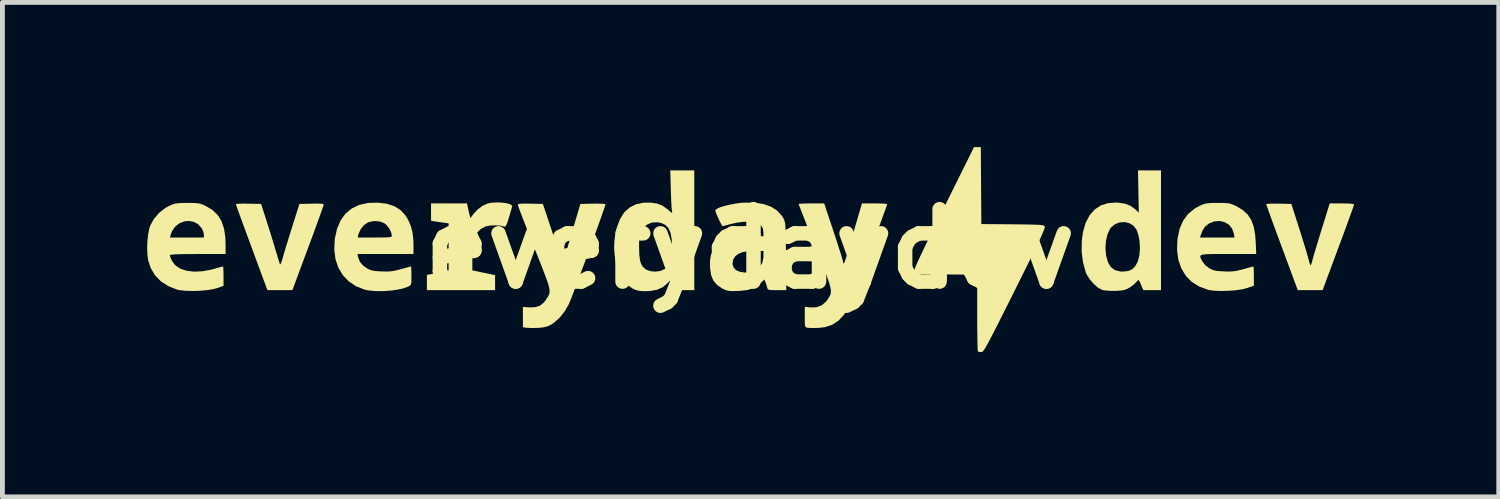
<source format=kicad_pcb>
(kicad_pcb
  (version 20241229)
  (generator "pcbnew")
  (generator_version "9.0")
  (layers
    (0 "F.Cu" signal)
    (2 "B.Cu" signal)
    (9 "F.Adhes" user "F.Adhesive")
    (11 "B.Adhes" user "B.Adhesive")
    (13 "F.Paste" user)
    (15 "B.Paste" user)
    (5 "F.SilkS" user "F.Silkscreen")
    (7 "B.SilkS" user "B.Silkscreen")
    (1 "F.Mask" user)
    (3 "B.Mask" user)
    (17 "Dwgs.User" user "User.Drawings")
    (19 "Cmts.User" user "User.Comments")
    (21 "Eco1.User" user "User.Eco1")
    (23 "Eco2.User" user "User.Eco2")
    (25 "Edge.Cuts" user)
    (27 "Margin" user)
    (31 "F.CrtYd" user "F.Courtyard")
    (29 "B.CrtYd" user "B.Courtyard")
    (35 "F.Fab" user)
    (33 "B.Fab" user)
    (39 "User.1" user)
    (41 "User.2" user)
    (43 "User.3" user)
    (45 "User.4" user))
  (footprint "everydaydev"
    (layer "F.Cu")
    (at 12.496 2.108)
    (property "Reference" "everydaydev" (at 0 0 0) (layer "F.SilkS") (effects (font (size 1.5 1.5) (thickness 0.3))))
    (attr board_only exclude_from_pos_files exclude_from_bom)
    (fp_poly (pts (xy 12.387 -0.94) (xy 12.467 -0.935) (xy 12.509 -0.926) (xy 12.518 -0.917) (xy 12.511 -0.892) (xy 12.49 -0.832) (xy 12.457 -0.74) (xy 12.414 -0.62) (xy 12.362 -0.477) (xy 12.303 -0.316) (xy 12.237 -0.139) (xy 12.192 -0.018) (xy 11.867 0.856) (xy 11.609 0.856) (xy 11.352 0.856) (xy 11.025 -0.027) (xy 10.957 -0.211) (xy 10.893 -0.384) (xy 10.836 -0.539) (xy 10.787 -0.674) (xy 10.747 -0.785) (xy 10.718 -0.866) (xy 10.702 -0.914) (xy 10.699 -0.926) (xy 10.719 -0.932) (xy 10.774 -0.936) (xy 10.855 -0.938) (xy 10.954 -0.937) (xy 10.959 -0.937) (xy 11.219 -0.931) (xy 11.387 -0.407) (xy 11.434 -0.258) (xy 11.478 -0.116) (xy 11.517 0.011) (xy 11.548 0.117) (xy 11.57 0.195) (xy 11.579 0.23) (xy 11.596 0.292) (xy 11.61 0.333) (xy 11.618 0.342) (xy 11.629 0.323) (xy 11.646 0.275) (xy 11.657 0.23) (xy 11.671 0.179) (xy 11.695 0.094) (xy 11.729 -0.018) (xy 11.769 -0.15) (xy 11.813 -0.295) (xy 11.849 -0.412) (xy 12.014 -0.942) (xy 12.266 -0.942)) (stroke (width 0) (type solid)) (fill yes) (layer "F.SilkS"))
    (fp_poly (pts (xy -8.901 -0.937) (xy -8.857 -0.931) (xy -8.839 -0.92) (xy -8.837 -0.915) (xy -8.845 -0.89) (xy -8.865 -0.829) (xy -8.898 -0.736) (xy -8.941 -0.616) (xy -8.993 -0.473) (xy -9.052 -0.311) (xy -9.118 -0.135) (xy -9.162 -0.016) (xy -9.486 0.856) (xy -9.745 0.855) (xy -10.004 0.855) (xy -10.33 -0.027) (xy -10.398 -0.212) (xy -10.462 -0.384) (xy -10.519 -0.54) (xy -10.568 -0.675) (xy -10.608 -0.785) (xy -10.637 -0.866) (xy -10.653 -0.914) (xy -10.657 -0.926) (xy -10.636 -0.932) (xy -10.582 -0.936) (xy -10.501 -0.938) (xy -10.402 -0.937) (xy -10.395 -0.937) (xy -10.134 -0.931) (xy -10.031 -0.61) (xy -9.986 -0.467) (xy -9.936 -0.309) (xy -9.888 -0.152) (xy -9.846 -0.015) (xy -9.842 0) (xy -9.809 0.107) (xy -9.781 0.201) (xy -9.759 0.273) (xy -9.745 0.315) (xy -9.743 0.321) (xy -9.733 0.317) (xy -9.715 0.278) (xy -9.693 0.212) (xy -9.681 0.171) (xy -9.66 0.095) (xy -9.628 -0.012) (xy -9.588 -0.142) (xy -9.544 -0.284) (xy -9.498 -0.431) (xy -9.486 -0.471) (xy -9.34 -0.931) (xy -9.089 -0.937) (xy -8.976 -0.938)) (stroke (width 0) (type solid)) (fill yes) (layer "F.SilkS"))
    (fp_poly (pts (xy -5.165 -0.96) (xy -5.076 -0.95) (xy -5.001 -0.934) (xy -4.949 -0.912) (xy -4.93 -0.886) (xy -4.93 -0.88) (xy -4.972 -0.734) (xy -5.005 -0.625) (xy -5.03 -0.548) (xy -5.05 -0.498) (xy -5.066 -0.47) (xy -5.08 -0.46) (xy -5.091 -0.461) (xy -5.17 -0.481) (xy -5.272 -0.488) (xy -5.377 -0.484) (xy -5.468 -0.468) (xy -5.489 -0.461) (xy -5.58 -0.413) (xy -5.65 -0.343) (xy -5.701 -0.248) (xy -5.735 -0.123) (xy -5.752 0.036) (xy -5.756 0.184) (xy -5.756 0.446) (xy -5.655 0.467) (xy -5.575 0.484) (xy -5.48 0.504) (xy -5.419 0.516) (xy -5.285 0.544) (xy -5.285 0.7) (xy -5.285 0.856) (xy -5.992 0.856) (xy -6.698 0.856) (xy -6.698 0.698) (xy -6.698 0.54) (xy -6.617 0.525) (xy -6.554 0.513) (xy -6.468 0.495) (xy -6.393 0.478) (xy -6.248 0.446) (xy -6.248 -0.042) (xy -6.248 -0.529) (xy -6.361 -0.544) (xy -6.441 -0.555) (xy -6.516 -0.566) (xy -6.543 -0.57) (xy -6.612 -0.583) (xy -6.612 -0.762) (xy -6.612 -0.942) (xy -6.239 -0.942) (xy -5.867 -0.942) (xy -5.852 -0.872) (xy -5.837 -0.802) (xy -5.819 -0.726) (xy -5.817 -0.72) (xy -5.796 -0.637) (xy -5.734 -0.722) (xy -5.648 -0.815) (xy -5.544 -0.892) (xy -5.437 -0.941) (xy -5.433 -0.942) (xy -5.353 -0.957) (xy -5.261 -0.963)) (stroke (width 0) (type solid)) (fill yes) (layer "F.SilkS"))
    (fp_poly (pts (xy 4.788 -1.311) (xy 4.794 -0.514) (xy 5.439 -0.509) (xy 5.623 -0.507) (xy 5.769 -0.505) (xy 5.881 -0.502) (xy 5.965 -0.499) (xy 6.024 -0.495) (xy 6.063 -0.489) (xy 6.088 -0.481) (xy 6.102 -0.472) (xy 6.107 -0.465) (xy 6.109 -0.452) (xy 6.104 -0.427) (xy 6.09 -0.388) (xy 6.067 -0.331) (xy 6.034 -0.255) (xy 5.988 -0.158) (xy 5.93 -0.035) (xy 5.857 0.114) (xy 5.769 0.293) (xy 5.664 0.504) (xy 5.542 0.75) (xy 5.489 0.856) (xy 5.362 1.11) (xy 5.253 1.327) (xy 5.16 1.512) (xy 5.081 1.667) (xy 5.016 1.794) (xy 4.962 1.897) (xy 4.919 1.977) (xy 4.885 2.037) (xy 4.858 2.081) (xy 4.837 2.11) (xy 4.82 2.128) (xy 4.806 2.137) (xy 4.794 2.14) (xy 4.792 2.14) (xy 4.745 2.135) (xy 4.722 2.126) (xy 4.719 2.102) (xy 4.716 2.04) (xy 4.713 1.945) (xy 4.711 1.821) (xy 4.709 1.675) (xy 4.708 1.509) (xy 4.708 1.33) (xy 4.708 1.323) (xy 4.708 0.536) (xy 4.063 0.53) (xy 3.878 0.528) (xy 3.731 0.526) (xy 3.619 0.523) (xy 3.535 0.52) (xy 3.475 0.516) (xy 3.436 0.51) (xy 3.412 0.502) (xy 3.399 0.493) (xy 3.395 0.488) (xy 3.394 0.474) (xy 3.4 0.446) (xy 3.416 0.402) (xy 3.442 0.34) (xy 3.479 0.256) (xy 3.529 0.149) (xy 3.593 0.015) (xy 3.671 -0.147) (xy 3.765 -0.339) (xy 3.877 -0.565) (xy 4.006 -0.827) (xy 4.006 -0.828) (xy 4.641 -2.108) (xy 4.712 -2.108) (xy 4.783 -2.108)) (stroke (width 0) (type solid)) (fill yes) (layer "F.SilkS"))
    (fp_poly (pts (xy 8.517 -0.385) (xy 8.517 0.856) (xy 8.334 0.856) (xy 8.151 0.856) (xy 8.108 0.755) (xy 8.082 0.695) (xy 8.062 0.655) (xy 8.055 0.644) (xy 8.038 0.653) (xy 8.007 0.686) (xy 8.002 0.692) (xy 7.957 0.737) (xy 7.892 0.785) (xy 7.858 0.807) (xy 7.802 0.836) (xy 7.748 0.854) (xy 7.681 0.864) (xy 7.588 0.87) (xy 7.565 0.87) (xy 7.469 0.87) (xy 7.379 0.864) (xy 7.312 0.855) (xy 7.297 0.851) (xy 7.217 0.808) (xy 7.132 0.736) (xy 7.052 0.646) (xy 6.987 0.549) (xy 6.958 0.487) (xy 6.902 0.284) (xy 6.873 0.063) (xy 6.874 -0.013) (xy 7.366 -0.013) (xy 7.379 0.135) (xy 7.415 0.269) (xy 7.424 0.29) (xy 7.483 0.383) (xy 7.565 0.442) (xy 7.674 0.468) (xy 7.725 0.471) (xy 7.838 0.459) (xy 7.914 0.427) (xy 7.983 0.361) (xy 8.036 0.262) (xy 8.069 0.136) (xy 8.081 -0.01) (xy 8.071 -0.17) (xy 8.069 -0.178) (xy 8.053 -0.266) (xy 8.029 -0.349) (xy 8.009 -0.401) (xy 7.945 -0.481) (xy 7.859 -0.533) (xy 7.761 -0.555) (xy 7.659 -0.548) (xy 7.563 -0.511) (xy 7.483 -0.444) (xy 7.46 -0.414) (xy 7.408 -0.3) (xy 7.376 -0.162) (xy 7.366 -0.013) (xy 6.874 -0.013) (xy 6.875 -0.162) (xy 6.901 -0.353) (xy 6.957 -0.542) (xy 7.038 -0.697) (xy 7.142 -0.816) (xy 7.269 -0.9) (xy 7.42 -0.948) (xy 7.595 -0.96) (xy 7.627 -0.958) (xy 7.766 -0.938) (xy 7.88 -0.895) (xy 7.979 -0.824) (xy 7.993 -0.811) (xy 8.057 -0.75) (xy 8.049 -1.188) (xy 8.041 -1.626) (xy 8.279 -1.626) (xy 8.517 -1.626)) (stroke (width 0) (type solid)) (fill yes) (layer "F.SilkS"))
    (fp_poly (pts (xy -1.156 -0.385) (xy -1.156 0.856) (xy -1.346 0.856) (xy -1.536 0.856) (xy -1.583 0.74) (xy -1.63 0.623) (xy -1.698 0.7) (xy -1.8 0.789) (xy -1.925 0.847) (xy -2.076 0.874) (xy -2.153 0.877) (xy -2.25 0.875) (xy -2.32 0.866) (xy -2.381 0.847) (xy -2.442 0.818) (xy -2.561 0.735) (xy -2.656 0.623) (xy -2.729 0.478) (xy -2.78 0.3) (xy -2.804 0.149) (xy -2.817 -0.002) (xy -2.816 -0.032) (xy -2.3 -0.032) (xy -2.296 0.116) (xy -2.283 0.228) (xy -2.259 0.312) (xy -2.221 0.374) (xy -2.167 0.421) (xy -2.152 0.43) (xy -2.064 0.463) (xy -1.959 0.472) (xy -1.855 0.457) (xy -1.774 0.422) (xy -1.709 0.369) (xy -1.664 0.303) (xy -1.635 0.218) (xy -1.62 0.106) (xy -1.616 -0.032) (xy -1.624 -0.199) (xy -1.648 -0.33) (xy -1.69 -0.427) (xy -1.752 -0.494) (xy -1.837 -0.535) (xy -1.916 -0.551) (xy -2.036 -0.546) (xy -2.139 -0.501) (xy -2.222 -0.419) (xy -2.243 -0.387) (xy -2.267 -0.342) (xy -2.284 -0.301) (xy -2.294 -0.252) (xy -2.299 -0.187) (xy -2.3 -0.094) (xy -2.3 -0.032) (xy -2.816 -0.032) (xy -2.813 -0.14) (xy -2.804 -0.228) (xy -2.762 -0.44) (xy -2.697 -0.615) (xy -2.609 -0.754) (xy -2.497 -0.857) (xy -2.363 -0.925) (xy -2.204 -0.958) (xy -2.058 -0.958) (xy -1.925 -0.938) (xy -1.814 -0.895) (xy -1.711 -0.82) (xy -1.682 -0.795) (xy -1.634 -0.754) (xy -1.613 -0.744) (xy -1.615 -0.76) (xy -1.621 -0.794) (xy -1.627 -0.863) (xy -1.632 -0.961) (xy -1.638 -1.078) (xy -1.642 -1.209) (xy -1.642 -1.214) (xy -1.654 -1.626) (xy -1.405 -1.626) (xy -1.156 -1.626)) (stroke (width 0) (type solid)) (fill yes) (layer "F.SilkS"))
    (fp_poly (pts (xy -4.616 -0.938) (xy -4.554 -0.937) (xy -4.294 -0.931) (xy -4.115 -0.396) (xy -4.065 -0.246) (xy -4.019 -0.104) (xy -3.978 0.023) (xy -3.946 0.129) (xy -3.923 0.207) (xy -3.912 0.246) (xy -3.889 0.352) (xy -3.849 0.203) (xy -3.832 0.139) (xy -3.804 0.042) (xy -3.769 -0.08) (xy -3.728 -0.218) (xy -3.685 -0.365) (xy -3.663 -0.439) (xy -3.517 -0.931) (xy -3.256 -0.937) (xy -3.152 -0.938) (xy -3.069 -0.935) (xy -3.015 -0.93) (xy -2.996 -0.923) (xy -3.003 -0.896) (xy -3.024 -0.834) (xy -3.056 -0.741) (xy -3.098 -0.623) (xy -3.148 -0.482) (xy -3.205 -0.326) (xy -3.266 -0.157) (xy -3.331 0.019) (xy -3.396 0.197) (xy -3.462 0.374) (xy -3.525 0.543) (xy -3.584 0.701) (xy -3.637 0.843) (xy -3.683 0.964) (xy -3.72 1.059) (xy -3.747 1.124) (xy -3.757 1.147) (xy -3.843 1.297) (xy -3.947 1.427) (xy -4.062 1.53) (xy -4.138 1.578) (xy -4.212 1.61) (xy -4.287 1.628) (xy -4.382 1.637) (xy -4.419 1.639) (xy -4.508 1.64) (xy -4.588 1.638) (xy -4.643 1.634) (xy -4.649 1.634) (xy -4.708 1.623) (xy -4.708 1.413) (xy -4.708 1.203) (xy -4.574 1.213) (xy -4.451 1.209) (xy -4.353 1.177) (xy -4.273 1.111) (xy -4.234 1.06) (xy -4.206 1.018) (xy -4.183 0.982) (xy -4.166 0.947) (xy -4.156 0.91) (xy -4.155 0.866) (xy -4.162 0.812) (xy -4.18 0.744) (xy -4.208 0.656) (xy -4.248 0.547) (xy -4.3 0.41) (xy -4.366 0.243) (xy -4.446 0.042) (xy -4.474 -0.028) (xy -4.546 -0.21) (xy -4.612 -0.38) (xy -4.672 -0.534) (xy -4.724 -0.667) (xy -4.765 -0.776) (xy -4.795 -0.857) (xy -4.812 -0.904) (xy -4.815 -0.915) (xy -4.805 -0.927) (xy -4.772 -0.935) (xy -4.711 -0.938)) (stroke (width 0) (type solid)) (fill yes) (layer "F.SilkS"))
    (fp_poly (pts (xy -11.552 -0.951) (xy -11.472 -0.947) (xy -11.412 -0.939) (xy -11.359 -0.923) (xy -11.301 -0.898) (xy -11.288 -0.892) (xy -11.147 -0.809) (xy -11.037 -0.705) (xy -10.956 -0.577) (xy -10.903 -0.421) (xy -10.875 -0.234) (xy -10.871 -0.102) (xy -10.87 0.107) (xy -11.448 0.107) (xy -11.647 0.108) (xy -11.805 0.11) (xy -11.92 0.114) (xy -11.994 0.12) (xy -12.025 0.127) (xy -12.026 0.129) (xy -12.012 0.184) (xy -11.978 0.253) (xy -11.932 0.318) (xy -11.905 0.347) (xy -11.806 0.412) (xy -11.678 0.454) (xy -11.526 0.472) (xy -11.357 0.465) (xy -11.178 0.433) (xy -11.119 0.417) (xy -11.036 0.394) (xy -10.97 0.375) (xy -10.93 0.365) (xy -10.924 0.364) (xy -10.919 0.384) (xy -10.916 0.437) (xy -10.914 0.514) (xy -10.913 0.565) (xy -10.913 0.766) (xy -11.047 0.814) (xy -11.146 0.839) (xy -11.273 0.857) (xy -11.416 0.869) (xy -11.563 0.873) (xy -11.701 0.869) (xy -11.817 0.857) (xy -11.871 0.846) (xy -12.056 0.774) (xy -12.211 0.674) (xy -12.334 0.547) (xy -12.424 0.393) (xy -12.476 0.234) (xy -12.491 0.121) (xy -12.496 -0.014) (xy -12.491 -0.158) (xy -12.483 -0.235) (xy -12.023 -0.235) (xy -11.671 -0.235) (xy -11.32 -0.235) (xy -11.32 -0.294) (xy -11.331 -0.353) (xy -11.359 -0.416) (xy -11.362 -0.423) (xy -11.436 -0.508) (xy -11.527 -0.559) (xy -11.628 -0.579) (xy -11.731 -0.569) (xy -11.829 -0.529) (xy -11.914 -0.462) (xy -11.979 -0.369) (xy -12.003 -0.305) (xy -12.023 -0.235) (xy -12.483 -0.235) (xy -12.476 -0.297) (xy -12.453 -0.417) (xy -12.435 -0.476) (xy -12.358 -0.618) (xy -12.25 -0.745) (xy -12.119 -0.848) (xy -12.043 -0.89) (xy -11.98 -0.917) (xy -11.926 -0.935) (xy -11.867 -0.945) (xy -11.793 -0.95) (xy -11.69 -0.952) (xy -11.662 -0.952)) (stroke (width 0) (type solid)) (fill yes) (layer "F.SilkS"))
    (fp_poly (pts (xy -7.527 -0.935) (xy -7.372 -0.884) (xy -7.245 -0.804) (xy -7.143 -0.694) (xy -7.089 -0.606) (xy -7.031 -0.475) (xy -6.996 -0.337) (xy -6.978 -0.178) (xy -6.976 -0.074) (xy -6.976 0.107) (xy -7.556 0.107) (xy -8.137 0.107) (xy -8.124 0.171) (xy -8.087 0.268) (xy -8.017 0.349) (xy -7.942 0.402) (xy -7.888 0.43) (xy -7.834 0.448) (xy -7.767 0.459) (xy -7.675 0.466) (xy -7.636 0.467) (xy -7.523 0.47) (xy -7.432 0.464) (xy -7.344 0.449) (xy -7.238 0.421) (xy -7.233 0.42) (xy -7.148 0.396) (xy -7.079 0.377) (xy -7.037 0.366) (xy -7.028 0.364) (xy -7.024 0.384) (xy -7.021 0.437) (xy -7.019 0.513) (xy -7.019 0.556) (xy -7.019 0.647) (xy -7.022 0.705) (xy -7.031 0.74) (xy -7.048 0.761) (xy -7.076 0.778) (xy -7.082 0.78) (xy -7.179 0.817) (xy -7.307 0.846) (xy -7.455 0.866) (xy -7.61 0.876) (xy -7.761 0.875) (xy -7.897 0.864) (xy -7.986 0.846) (xy -8.165 0.776) (xy -8.317 0.675) (xy -8.44 0.546) (xy -8.533 0.391) (xy -8.593 0.213) (xy -8.618 0.016) (xy -8.608 -0.198) (xy -8.606 -0.214) (xy -8.601 -0.235) (xy -8.132 -0.235) (xy -7.779 -0.235) (xy -7.648 -0.236) (xy -7.555 -0.237) (xy -7.492 -0.24) (xy -7.453 -0.245) (xy -7.434 -0.253) (xy -7.426 -0.266) (xy -7.425 -0.279) (xy -7.441 -0.349) (xy -7.482 -0.427) (xy -7.538 -0.497) (xy -7.582 -0.533) (xy -7.675 -0.568) (xy -7.783 -0.577) (xy -7.891 -0.558) (xy -7.932 -0.542) (xy -8.005 -0.489) (xy -8.069 -0.409) (xy -8.112 -0.317) (xy -8.119 -0.294) (xy -8.132 -0.235) (xy -8.601 -0.235) (xy -8.56 -0.418) (xy -8.486 -0.59) (xy -8.384 -0.731) (xy -8.254 -0.838) (xy -8.098 -0.912) (xy -7.916 -0.952) (xy -7.714 -0.958)) (stroke (width 0) (type solid)) (fill yes) (layer "F.SilkS"))
    (fp_poly (pts (xy 9.802 -0.952) (xy 9.88 -0.948) (xy 9.939 -0.94) (xy 9.99 -0.924) (xy 10.047 -0.899) (xy 10.084 -0.882) (xy 10.213 -0.804) (xy 10.314 -0.711) (xy 10.389 -0.597) (xy 10.44 -0.457) (xy 10.47 -0.286) (xy 10.48 -0.144) (xy 10.491 0.107) (xy 9.91 0.107) (xy 9.731 0.107) (xy 9.591 0.107) (xy 9.486 0.11) (xy 9.412 0.115) (xy 9.363 0.124) (xy 9.338 0.138) (xy 9.331 0.159) (xy 9.338 0.187) (xy 9.355 0.223) (xy 9.373 0.257) (xy 9.437 0.341) (xy 9.516 0.4) (xy 9.571 0.429) (xy 9.624 0.447) (xy 9.69 0.459) (xy 9.78 0.465) (xy 9.825 0.467) (xy 9.938 0.47) (xy 10.029 0.464) (xy 10.117 0.449) (xy 10.224 0.421) (xy 10.228 0.42) (xy 10.313 0.396) (xy 10.382 0.377) (xy 10.424 0.366) (xy 10.433 0.364) (xy 10.437 0.384) (xy 10.44 0.437) (xy 10.442 0.514) (xy 10.442 0.564) (xy 10.442 0.764) (xy 10.298 0.813) (xy 10.196 0.839) (xy 10.065 0.858) (xy 9.92 0.869) (xy 9.772 0.873) (xy 9.635 0.869) (xy 9.522 0.855) (xy 9.49 0.848) (xy 9.308 0.781) (xy 9.154 0.684) (xy 9.03 0.557) (xy 8.938 0.404) (xy 8.877 0.226) (xy 8.85 0.026) (xy 8.858 -0.196) (xy 8.861 -0.219) (xy 8.864 -0.235) (xy 9.327 -0.235) (xy 9.684 -0.235) (xy 10.041 -0.235) (xy 10.029 -0.31) (xy 9.993 -0.416) (xy 9.927 -0.499) (xy 9.838 -0.553) (xy 9.734 -0.578) (xy 9.623 -0.57) (xy 9.511 -0.525) (xy 9.511 -0.525) (xy 9.433 -0.463) (xy 9.376 -0.376) (xy 9.341 -0.284) (xy 9.327 -0.235) (xy 8.864 -0.235) (xy 8.903 -0.417) (xy 8.977 -0.586) (xy 9.082 -0.726) (xy 9.219 -0.838) (xy 9.319 -0.892) (xy 9.379 -0.919) (xy 9.433 -0.936) (xy 9.491 -0.946) (xy 9.566 -0.951) (xy 9.669 -0.952) (xy 9.694 -0.952)) (stroke (width 0) (type solid)) (fill yes) (layer "F.SilkS"))
    (fp_poly (pts (xy 1.72 -0.391) (xy 1.77 -0.24) (xy 1.816 -0.099) (xy 1.856 0.027) (xy 1.889 0.13) (xy 1.912 0.206) (xy 1.923 0.246) (xy 1.928 0.273) (xy 1.933 0.294) (xy 1.938 0.304) (xy 1.945 0.301) (xy 1.956 0.281) (xy 1.971 0.24) (xy 1.992 0.175) (xy 2.02 0.082) (xy 2.056 -0.043) (xy 2.103 -0.202) (xy 2.142 -0.337) (xy 2.319 -0.942) (xy 2.585 -0.942) (xy 2.7 -0.941) (xy 2.778 -0.937) (xy 2.823 -0.931) (xy 2.841 -0.921) (xy 2.841 -0.915) (xy 2.831 -0.89) (xy 2.809 -0.829) (xy 2.775 -0.735) (xy 2.731 -0.614) (xy 2.678 -0.468) (xy 2.617 -0.302) (xy 2.551 -0.119) (xy 2.48 0.075) (xy 2.472 0.096) (xy 2.399 0.296) (xy 2.328 0.488) (xy 2.262 0.666) (xy 2.201 0.827) (xy 2.147 0.966) (xy 2.103 1.078) (xy 2.069 1.159) (xy 2.049 1.204) (xy 2.049 1.205) (xy 1.947 1.366) (xy 1.833 1.488) (xy 1.703 1.573) (xy 1.553 1.623) (xy 1.404 1.639) (xy 1.316 1.64) (xy 1.239 1.639) (xy 1.188 1.635) (xy 1.182 1.634) (xy 1.16 1.627) (xy 1.146 1.611) (xy 1.138 1.579) (xy 1.135 1.523) (xy 1.134 1.433) (xy 1.134 1.412) (xy 1.134 1.2) (xy 1.241 1.213) (xy 1.372 1.211) (xy 1.484 1.171) (xy 1.575 1.093) (xy 1.603 1.055) (xy 1.63 1.014) (xy 1.652 0.978) (xy 1.667 0.943) (xy 1.675 0.904) (xy 1.675 0.858) (xy 1.666 0.801) (xy 1.647 0.728) (xy 1.617 0.637) (xy 1.576 0.522) (xy 1.521 0.381) (xy 1.453 0.208) (xy 1.371 0.000438) (xy 1.35 -0.052) (xy 1.278 -0.234) (xy 1.211 -0.404) (xy 1.151 -0.557) (xy 1.099 -0.689) (xy 1.057 -0.796) (xy 1.027 -0.875) (xy 1.009 -0.921) (xy 1.006 -0.931) (xy 1.026 -0.935) (xy 1.08 -0.938) (xy 1.162 -0.941) (xy 1.261 -0.942) (xy 1.271 -0.942) (xy 1.537 -0.942)) (stroke (width 0) (type solid)) (fill yes) (layer "F.SilkS"))
    (fp_poly (pts (xy 0.088 -0.957) (xy 0.278 -0.929) (xy 0.437 -0.873) (xy 0.565 -0.79) (xy 0.664 -0.679) (xy 0.692 -0.631) (xy 0.705 -0.606) (xy 0.715 -0.579) (xy 0.723 -0.546) (xy 0.729 -0.501) (xy 0.734 -0.44) (xy 0.737 -0.358) (xy 0.74 -0.25) (xy 0.742 -0.111) (xy 0.744 0.063) (xy 0.745 0.155) (xy 0.751 0.856) (xy 0.56 0.856) (xy 0.469 0.855) (xy 0.412 0.852) (xy 0.379 0.844) (xy 0.364 0.829) (xy 0.355 0.804) (xy 0.355 0.803) (xy 0.337 0.742) (xy 0.32 0.693) (xy 0.298 0.635) (xy 0.229 0.7) (xy 0.14 0.774) (xy 0.045 0.824) (xy -0.065 0.855) (xy -0.202 0.87) (xy -0.246 0.872) (xy -0.347 0.875) (xy -0.417 0.874) (xy -0.47 0.865) (xy -0.519 0.849) (xy -0.575 0.821) (xy -0.578 0.82) (xy -0.685 0.748) (xy -0.761 0.657) (xy -0.808 0.541) (xy -0.829 0.395) (xy -0.83 0.39) (xy -0.83 0.312) (xy -0.364 0.312) (xy -0.342 0.386) (xy -0.29 0.441) (xy -0.21 0.476) (xy -0.112 0.491) (xy -0.007 0.483) (xy 0.094 0.45) (xy 0.099 0.448) (xy 0.194 0.382) (xy 0.253 0.293) (xy 0.277 0.18) (xy 0.278 0.153) (xy 0.278 0.043) (xy 0.102 0.043) (xy -0.043 0.049) (xy -0.154 0.067) (xy -0.238 0.101) (xy -0.303 0.15) (xy -0.352 0.226) (xy -0.364 0.312) (xy -0.83 0.312) (xy -0.83 0.244) (xy -0.812 0.129) (xy -0.771 0.035) (xy -0.705 -0.049) (xy -0.699 -0.055) (xy -0.623 -0.121) (xy -0.54 -0.17) (xy -0.442 -0.206) (xy -0.323 -0.23) (xy -0.174 -0.245) (xy -0.037 -0.252) (xy 0.278 -0.262) (xy 0.278 -0.336) (xy 0.266 -0.424) (xy 0.224 -0.488) (xy 0.165 -0.528) (xy 0.085 -0.553) (xy -0.025 -0.563) (xy -0.154 -0.559) (xy -0.29 -0.54) (xy -0.391 -0.517) (xy -0.469 -0.495) (xy -0.531 -0.479) (xy -0.564 -0.471) (xy -0.567 -0.471) (xy -0.584 -0.489) (xy -0.611 -0.536) (xy -0.643 -0.6) (xy -0.675 -0.67) (xy -0.701 -0.735) (xy -0.717 -0.784) (xy -0.719 -0.803) (xy -0.69 -0.83) (xy -0.627 -0.859) (xy -0.538 -0.887) (xy -0.432 -0.914) (xy -0.317 -0.936) (xy -0.202 -0.952) (xy -0.135 -0.957)) (stroke (width 0) (type solid)) (fill yes) (layer "F.SilkS")))
  (gr_rect
    (start -3 -3)
    (end 28.014 7.248)
    (stroke (width 0.1) (type default))
    (fill no)
    (layer "Edge.Cuts")))
</source>
